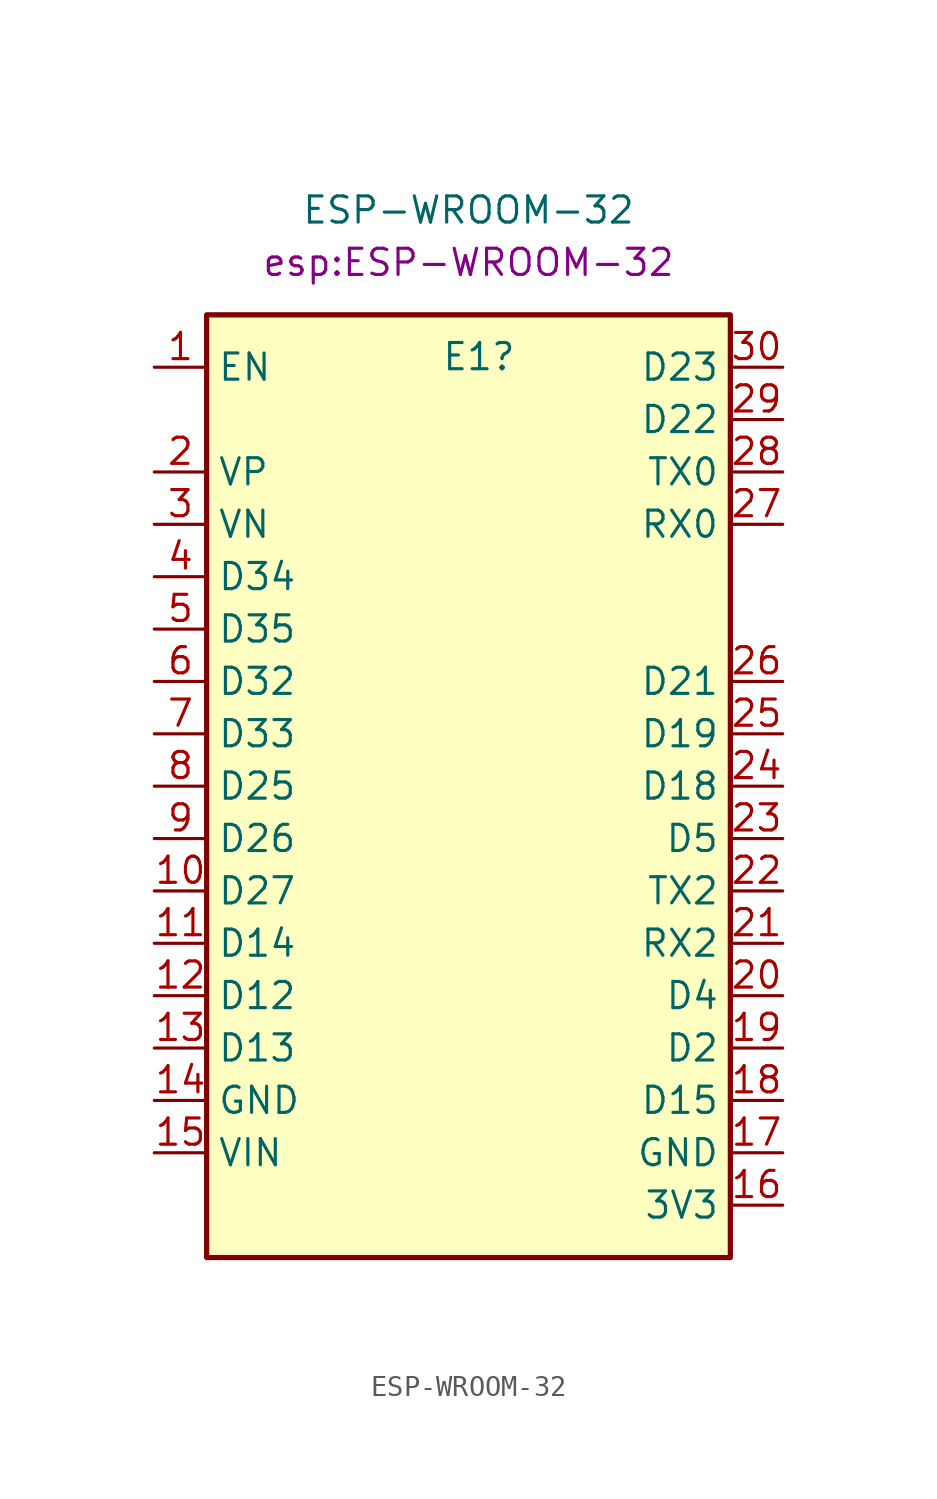
<source format=kicad_sym>
(kicad_symbol_lib
  (version 20241209)
  (generator "kicad_symbol_editor")
  (generator_version "9.0")
  (symbol "ESP-WROOM-32"
    (property "Reference" "E1"
      (at 0.508 23.368 0)
      (effects (font (size 1.27 1.27))))
    (property "Value" "ESP-WROOM-32"
      (at 0 30.48 0)
      (effects (font (size 1.27 1.27))))
    (property "Footprint" "esp:ESP-WROOM-32"
      (at 0 27.94 0)
      (effects (font (size 1.27 1.27))))
    (symbol "ESP-WROOM-32_0_0"
      (rectangle (start -12.7 25.4) (end 12.7 -20.32) (stroke (width 0.254) (type default)) (fill (type background))))
    (symbol "ESP-WROOM-32_1_1"
      (pin input line (at -15.24 22.86 0) (length 2.54) (name "EN" (effects (font (size 1.27 1.27)))) (number "1" (effects (font (size 1.27 1.27)))))
      (pin input line (at -15.24 17.78 0) (length 2.54) (name "VP" (effects (font (size 1.27 1.27)))) (number "2" (effects (font (size 1.27 1.27)))))
      (pin input line (at -15.24 15.24 0) (length 2.54) (name "VN" (effects (font (size 1.27 1.27)))) (number "3" (effects (font (size 1.27 1.27)))))
      (pin bidirectional line (at -15.24 12.7 0) (length 2.54) (name "D34" (effects (font (size 1.27 1.27)))) (number "4" (effects (font (size 1.27 1.27)))))
      (pin bidirectional line (at -15.24 10.16 0) (length 2.54) (name "D35" (effects (font (size 1.27 1.27)))) (number "5" (effects (font (size 1.27 1.27)))))
      (pin bidirectional line (at -15.24 7.62 0) (length 2.54) (name "D32" (effects (font (size 1.27 1.27)))) (number "6" (effects (font (size 1.27 1.27)))))
      (pin bidirectional line (at -15.24 5.08 0) (length 2.54) (name "D33" (effects (font (size 1.27 1.27)))) (number "7" (effects (font (size 1.27 1.27)))))
      (pin bidirectional line (at -15.24 2.54 0) (length 2.54) (name "D25" (effects (font (size 1.27 1.27)))) (number "8" (effects (font (size 1.27 1.27)))))
      (pin bidirectional line (at -15.24 0 0) (length 2.54) (name "D26" (effects (font (size 1.27 1.27)))) (number "9" (effects (font (size 1.27 1.27)))))
      (pin bidirectional line (at -15.24 -2.54 0) (length 2.54) (name "D27" (effects (font (size 1.27 1.27)))) (number "10" (effects (font (size 1.27 1.27)))))
      (pin bidirectional line (at -15.24 -5.08 0) (length 2.54) (name "D14" (effects (font (size 1.27 1.27)))) (number "11" (effects (font (size 1.27 1.27)))))
      (pin bidirectional line (at -15.24 -7.62 0) (length 2.54) (name "D12" (effects (font (size 1.27 1.27)))) (number "12" (effects (font (size 1.27 1.27)))))
      (pin bidirectional line (at -15.24 -10.16 0) (length 2.54) (name "D13" (effects (font (size 1.27 1.27)))) (number "13" (effects (font (size 1.27 1.27)))))
      (pin power_in line (at -15.24 -12.7 0) (length 2.54) (name "GND" (effects (font (size 1.27 1.27)))) (number "14" (effects (font (size 1.27 1.27)))))
      (pin power_in line (at -15.24 -15.24 0) (length 2.54) (name "VIN" (effects (font (size 1.27 1.27)))) (number "15" (effects (font (size 1.27 1.27)))))
      (pin bidirectional line (at 15.24 22.86 180) (length 2.54) (name "D23" (effects (font (size 1.27 1.27)))) (number "30" (effects (font (size 1.27 1.27)))))
      (pin bidirectional line (at 15.24 20.32 180) (length 2.54) (name "D22" (effects (font (size 1.27 1.27)))) (number "29" (effects (font (size 1.27 1.27)))))
      (pin output line (at 15.24 17.78 180) (length 2.54) (name "TX0" (effects (font (size 1.27 1.27)))) (number "28" (effects (font (size 1.27 1.27)))))
      (pin input line (at 15.24 15.24 180) (length 2.54) (name "RX0" (effects (font (size 1.27 1.27)))) (number "27" (effects (font (size 1.27 1.27)))))
      (pin bidirectional line (at 15.24 7.62 180) (length 2.54) (name "D21" (effects (font (size 1.27 1.27)))) (number "26" (effects (font (size 1.27 1.27)))))
      (pin bidirectional line (at 15.24 5.08 180) (length 2.54) (name "D19" (effects (font (size 1.27 1.27)))) (number "25" (effects (font (size 1.27 1.27)))))
      (pin bidirectional line (at 15.24 2.54 180) (length 2.54) (name "D18" (effects (font (size 1.27 1.27)))) (number "24" (effects (font (size 1.27 1.27)))))
      (pin bidirectional line (at 15.24 0 180) (length 2.54) (name "D5" (effects (font (size 1.27 1.27)))) (number "23" (effects (font (size 1.27 1.27)))))
      (pin output line (at 15.24 -2.54 180) (length 2.54) (name "TX2" (effects (font (size 1.27 1.27)))) (number "22" (effects (font (size 1.27 1.27)))))
      (pin input line (at 15.24 -5.08 180) (length 2.54) (name "RX2" (effects (font (size 1.27 1.27)))) (number "21" (effects (font (size 1.27 1.27)))))
      (pin bidirectional line (at 15.24 -7.62 180) (length 2.54) (name "D4" (effects (font (size 1.27 1.27)))) (number "20" (effects (font (size 1.27 1.27)))))
      (pin bidirectional line (at 15.24 -10.16 180) (length 2.54) (name "D2" (effects (font (size 1.27 1.27)))) (number "19" (effects (font (size 1.27 1.27)))))
      (pin bidirectional line (at 15.24 -12.7 180) (length 2.54) (name "D15" (effects (font (size 1.27 1.27)))) (number "18" (effects (font (size 1.27 1.27)))))
      (pin power_in line (at 15.24 -15.24 180) (length 2.54) (name "GND" (effects (font (size 1.27 1.27)))) (number "17" (effects (font (size 1.27 1.27)))))
      (pin power_in line (at 15.24 -17.78 180) (length 2.54) (name "3V3" (effects (font (size 1.27 1.27)))) (number "16" (effects (font (size 1.27 1.27))))))))
</source>
